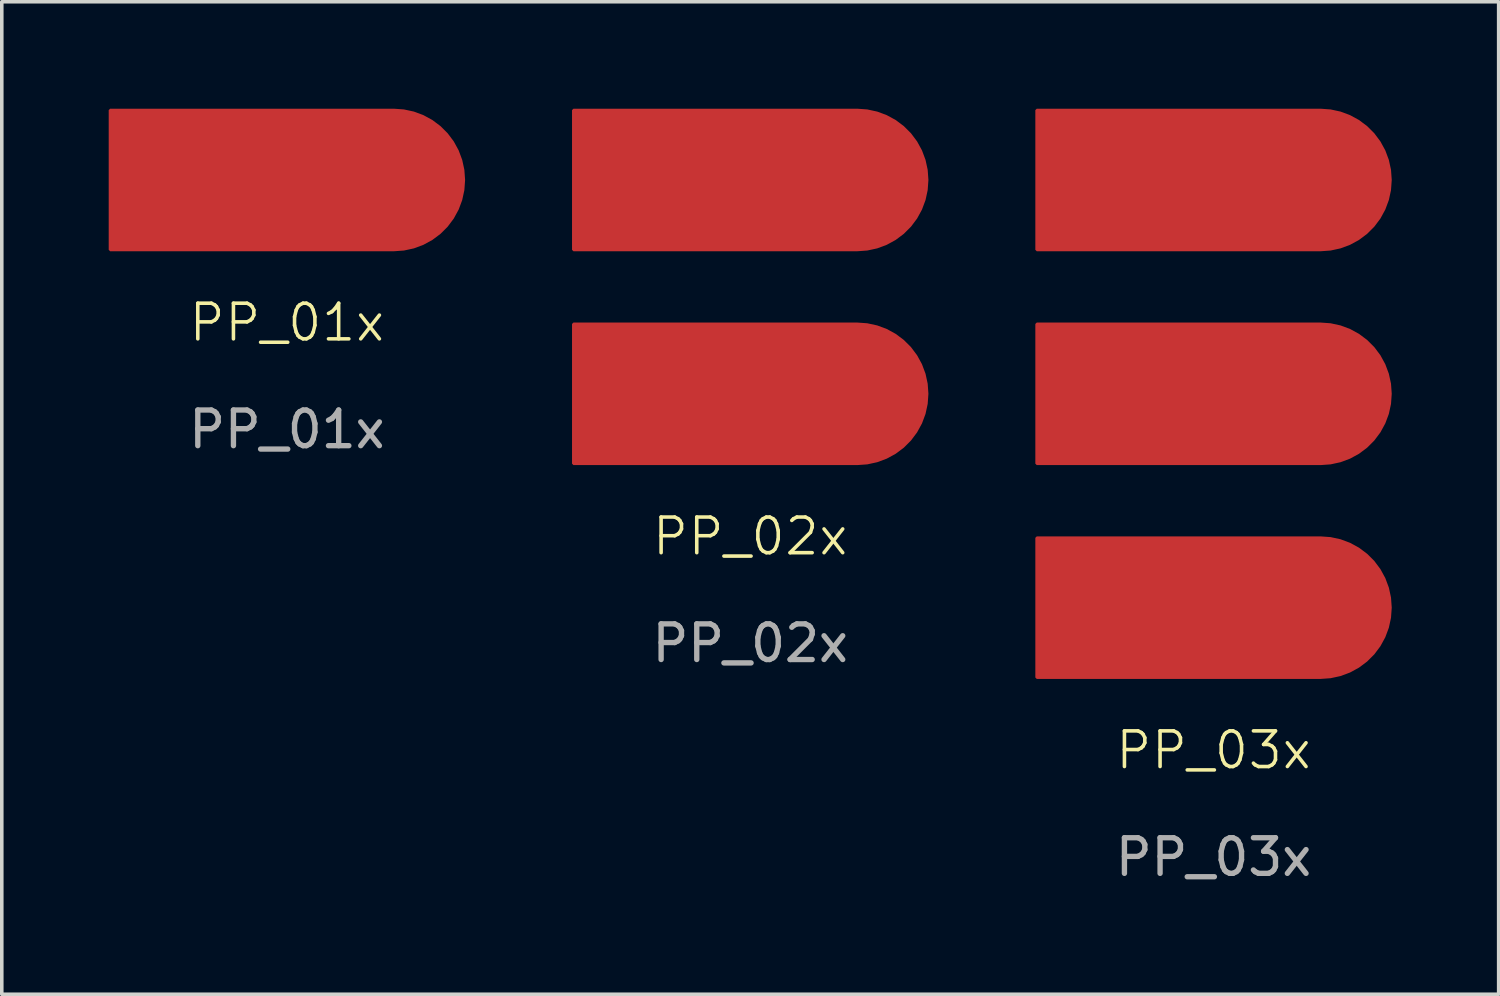
<source format=kicad_pcb>
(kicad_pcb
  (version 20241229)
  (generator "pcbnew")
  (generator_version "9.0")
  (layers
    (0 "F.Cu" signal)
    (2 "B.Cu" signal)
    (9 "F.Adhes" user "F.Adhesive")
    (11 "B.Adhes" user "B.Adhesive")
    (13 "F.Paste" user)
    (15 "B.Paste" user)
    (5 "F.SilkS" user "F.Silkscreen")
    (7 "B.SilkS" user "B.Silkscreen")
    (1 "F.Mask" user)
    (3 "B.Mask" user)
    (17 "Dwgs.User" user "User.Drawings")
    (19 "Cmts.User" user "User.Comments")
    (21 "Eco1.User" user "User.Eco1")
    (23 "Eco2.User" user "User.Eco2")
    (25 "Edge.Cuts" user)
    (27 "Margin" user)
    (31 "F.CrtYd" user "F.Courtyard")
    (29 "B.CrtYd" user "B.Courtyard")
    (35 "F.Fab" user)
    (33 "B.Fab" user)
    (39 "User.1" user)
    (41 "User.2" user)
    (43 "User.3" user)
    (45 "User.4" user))
  (footprint "PP_01x"
    (layer "F.Cu")
    (at 5 2)
    (property "Reference" "PP_01x" (at 0 4 0) (unlocked yes) (layer "F.SilkS") (effects (font (size 1 1) (thickness 0.1))))
    (attr smd)
    (fp_text user "${REFERENCE}" (at 0 7 0) (unlocked yes) (layer "F.Fab") (effects (font (size 1 1) (thickness 0.15))))
    (pad "1" smd roundrect (at 0 0) (size 10 4) (layers "F.Cu" "F.Mask" "F.Paste") (roundrect_rratio 0.5) (chamfer_ratio 0.01) (chamfer top_left bottom_left)))
  (footprint "PP_02x"
    (layer "F.Cu")
    (at 18 8)
    (property "Reference" "PP_02x" (at 0 4 0) (unlocked yes) (layer "F.SilkS") (effects (font (size 1 1) (thickness 0.1))))
    (attr smd)
    (fp_text user "${REFERENCE}" (at 0 7 0) (unlocked yes) (layer "F.Fab") (effects (font (size 1 1) (thickness 0.15))))
    (pad "1" smd roundrect (at 0 -6) (size 10 4) (layers "F.Cu" "F.Mask" "F.Paste") (roundrect_rratio 0.5) (chamfer_ratio 0.01) (chamfer top_left bottom_left))
    (pad "2" smd roundrect (at 0 0) (size 10 4) (layers "F.Cu" "F.Mask" "F.Paste") (roundrect_rratio 0.5) (chamfer_ratio 0.01) (chamfer top_left bottom_left)))
  (footprint "PP_03x"
    (layer "F.Cu")
    (at 31 14)
    (property "Reference" "PP_03x" (at 0 4 0) (unlocked yes) (layer "F.SilkS") (effects (font (size 1 1) (thickness 0.1))))
    (attr smd)
    (fp_text user "${REFERENCE}" (at 0 7 0) (unlocked yes) (layer "F.Fab") (effects (font (size 1 1) (thickness 0.15))))
    (pad "1" smd roundrect (at 0 -12) (size 10 4) (layers "F.Cu" "F.Mask" "F.Paste") (roundrect_rratio 0.5) (chamfer_ratio 0.01) (chamfer top_left bottom_left))
    (pad "2" smd roundrect (at 0 -6) (size 10 4) (layers "F.Cu" "F.Mask" "F.Paste") (roundrect_rratio 0.5) (chamfer_ratio 0.01) (chamfer top_left bottom_left))
    (pad "3" smd roundrect (at 0 0) (size 10 4) (layers "F.Cu" "F.Mask" "F.Paste") (roundrect_rratio 0.5) (chamfer_ratio 0.01) (chamfer top_left bottom_left)))
  (gr_rect
    (start -3 -3)
    (end 39 24.848)
    (stroke (width 0.1) (type default))
    (fill no)
    (layer "Edge.Cuts")))
</source>
